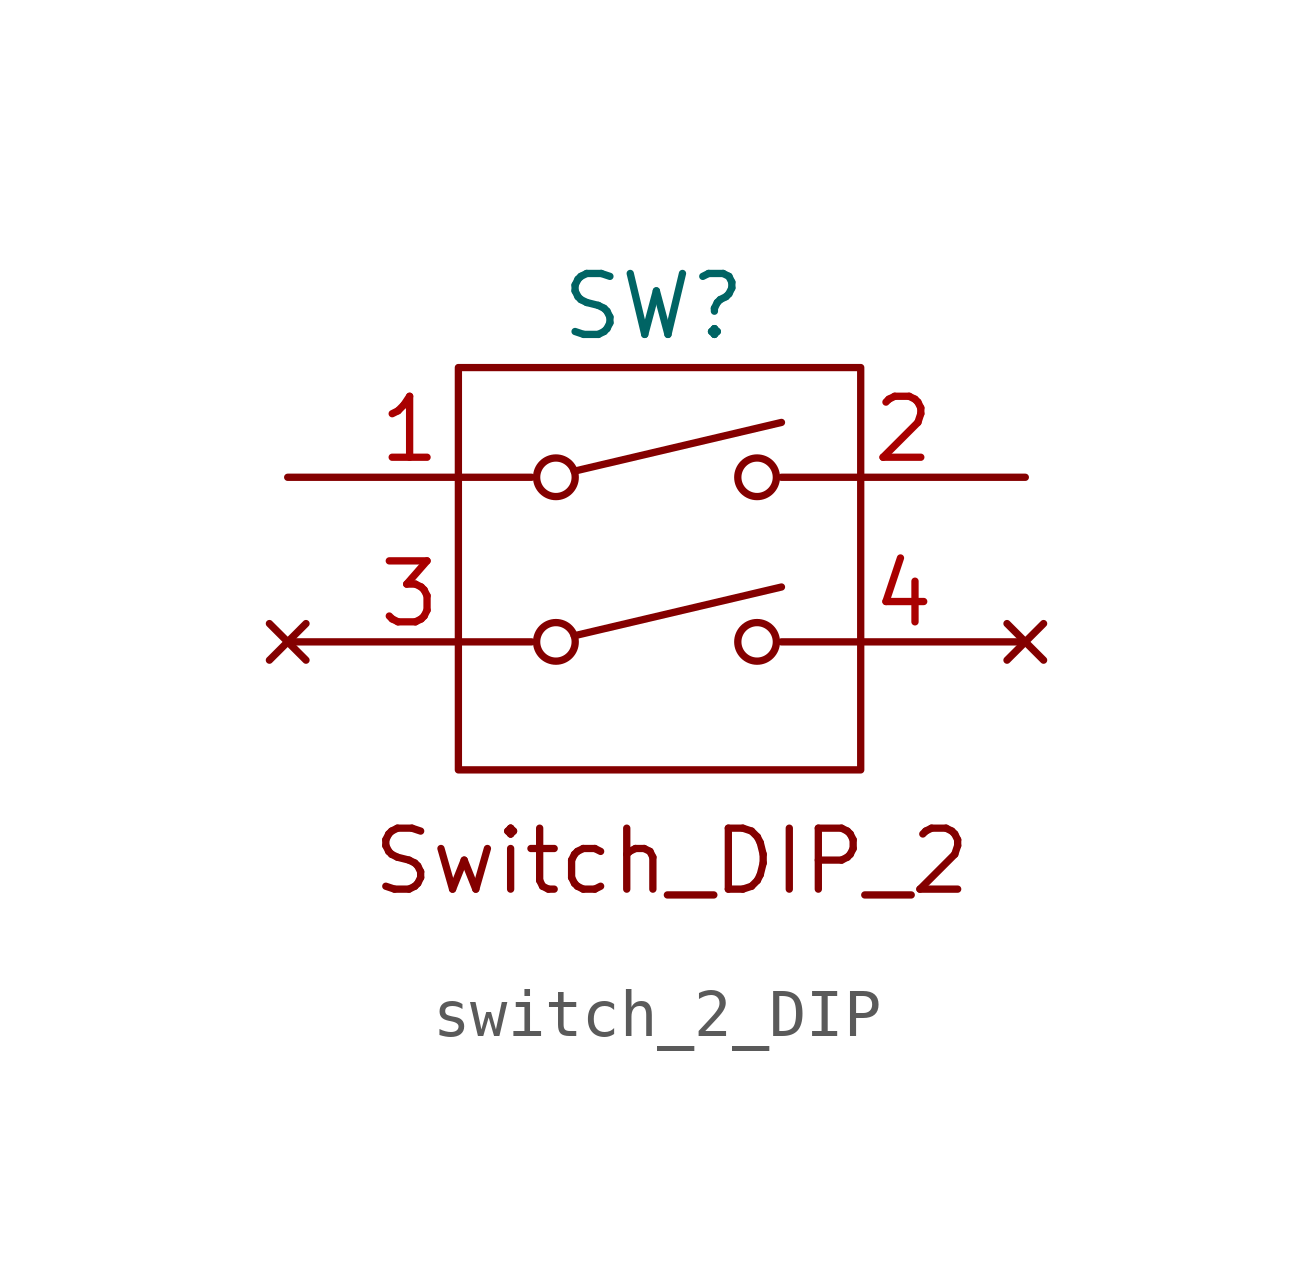
<source format=kicad_sym>
(kicad_symbol_lib
  (version 20220914)
  (generator kicad_symbol_editor)
  (symbol "switch_2_DIP"
    (property "Reference" "SW"
      (at 8.89 3.302 0)
      (effects (font (size 1.27 1.27))))
    (property "Value" ""
      (at 8.89 -2.286 0)
      (effects (font (size 1.27 1.27))))
    (symbol "switch_2_DIP_0_1"
      (polyline (pts (xy 7.239 -3.556) (xy 11.557 -2.54)) (stroke (width 0) (type default)) (fill (type none)))
      (polyline (pts (xy 7.239 -0.127) (xy 11.557 0.889)) (stroke (width 0) (type default)) (fill (type none)))
      (rectangle (start 4.826 2.032) (end 13.208 -6.35) (stroke (width 0) (type default)) (fill (type none))))
    (symbol "switch_2_DIP_1_1"
      (circle (center 6.858 -3.683) (radius 0.402) (stroke (width 0) (type default)) (fill (type none)))
      (circle (center 6.858 -0.254) (radius 0.402) (stroke (width 0) (type default)) (fill (type none)))
      (circle (center 11.049 -3.683) (radius 0.402) (stroke (width 0) (type default)) (fill (type none)))
      (circle (center 11.049 -0.254) (radius 0.402) (stroke (width 0) (type default)) (fill (type none)))
      (text "Switch_DIP_2" (at 9.271 -8.255 0) (effects (font (size 1.27 1.27))))
      (pin passive line (at 1.27 -0.254 0) (length 5.08) (name "" (effects (font (size 1.27 1.27)))) (number "1" (effects (font (size 1.27 1.27)))))
      (pin passive line (at 16.637 -0.254 180) (length 5.08) (name "" (effects (font (size 1.27 1.27)))) (number "2" (effects (font (size 1.27 1.27)))))
      (pin no_connect line (at 1.27 -3.683 0) (length 5.08) (name "" (effects (font (size 1.27 1.27)))) (number "3" (effects (font (size 1.27 1.27)))))
      (pin no_connect line (at 16.637 -3.683 180) (length 5.08) (name "" (effects (font (size 1.27 1.27)))) (number "4" (effects (font (size 1.27 1.27))))))))
</source>
